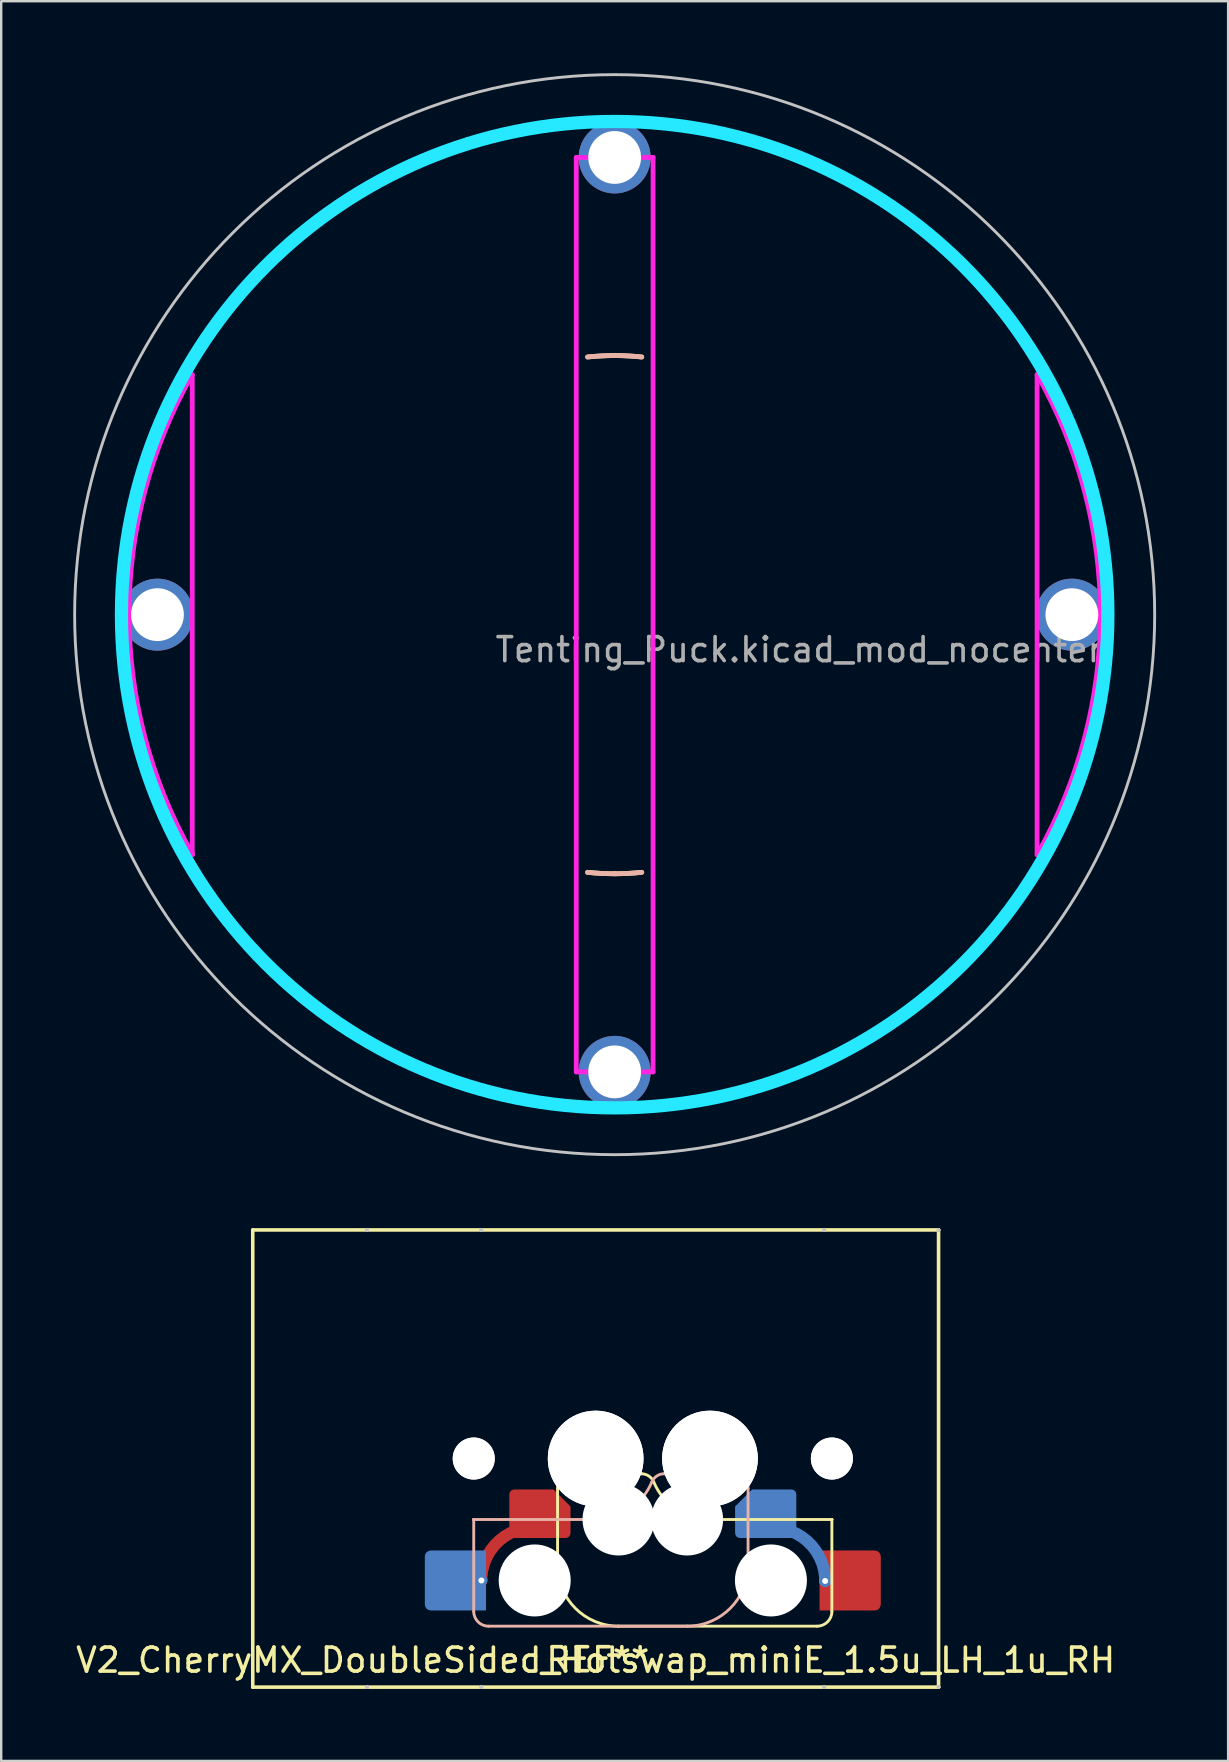
<source format=kicad_pcb>
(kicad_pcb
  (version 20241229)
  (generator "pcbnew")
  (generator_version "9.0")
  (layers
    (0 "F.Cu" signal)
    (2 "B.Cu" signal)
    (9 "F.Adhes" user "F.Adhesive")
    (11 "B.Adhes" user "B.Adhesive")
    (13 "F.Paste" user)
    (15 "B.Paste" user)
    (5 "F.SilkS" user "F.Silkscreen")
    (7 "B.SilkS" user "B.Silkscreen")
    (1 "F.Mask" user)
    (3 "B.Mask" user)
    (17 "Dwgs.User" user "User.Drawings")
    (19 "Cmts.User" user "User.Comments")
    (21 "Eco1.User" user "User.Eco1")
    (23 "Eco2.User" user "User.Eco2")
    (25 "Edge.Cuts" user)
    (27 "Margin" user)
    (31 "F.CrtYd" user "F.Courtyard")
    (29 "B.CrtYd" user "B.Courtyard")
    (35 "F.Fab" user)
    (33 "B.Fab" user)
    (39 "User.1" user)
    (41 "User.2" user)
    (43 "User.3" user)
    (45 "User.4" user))
  (footprint "Tenting_Puck.kicad_mod_nocenter"
    (layer "F.Cu")
    (at 22.56 22.56)
    (property "Reference" "Tenting_Puck.kicad_mod_nocenter" (at 7.684 1.46 0) (layer "F.Fab") (effects (font (size 1 1) (thickness 0.15))))
    (attr through_hole)
    (fp_arc (start -20.32 -2.8575) (mid -19.91151 -4.959786) (end -19.286134 -7.008048) (stroke (width 0.2) (type solid)) (layer "F.SilkS"))
    (fp_arc (start -19.286134 7.008047) (mid -19.91151 4.959786) (end -20.32 2.8575) (stroke (width 0.2) (type solid)) (layer "F.SilkS"))
    (fp_arc (start -7.008048 -19.286134) (mid -4.959786 -19.91151) (end -2.8575 -20.32) (stroke (width 0.2) (type solid)) (layer "F.SilkS"))
    (fp_arc (start -2.8575 20.32) (mid -4.959785 19.91151) (end -7.008046 19.286135) (stroke (width 0.2) (type solid)) (layer "F.SilkS"))
    (fp_arc (start -1.128385 -10.735864) (mid -0.564967 -10.780206) (end 0 -10.795) (stroke (width 0.2) (type solid)) (layer "F.SilkS"))
    (fp_arc (start 0 -10.795) (mid 0.564967 -10.780206) (end 1.128385 -10.735864) (stroke (width 0.2) (type solid)) (layer "F.SilkS"))
    (fp_arc (start 0 10.795) (mid -0.564967 10.780206) (end -1.128385 10.735864) (stroke (width 0.2) (type solid)) (layer "F.SilkS"))
    (fp_arc (start 1.128385 10.735864) (mid 0.564967 10.780206) (end 0 10.795) (stroke (width 0.2) (type solid)) (layer "F.SilkS"))
    (fp_arc (start 2.8575 -20.32) (mid 4.959786 -19.91151) (end 7.008047 -19.286134) (stroke (width 0.2) (type solid)) (layer "F.SilkS"))
    (fp_arc (start 7.008047 19.286134) (mid 4.959786 19.91151) (end 2.8575 20.32) (stroke (width 0.2) (type solid)) (layer "F.SilkS"))
    (fp_arc (start 19.286135 -7.008045) (mid 19.91151 -4.959785) (end 20.32 -2.8575) (stroke (width 0.2) (type solid)) (layer "F.SilkS"))
    (fp_arc (start 20.32 2.8575) (mid 19.91151 4.959785) (end 19.286135 7.008046) (stroke (width 0.2) (type solid)) (layer "F.SilkS"))
    (fp_arc (start -20.32 -2.8575) (mid -19.91151 -4.959784) (end -19.286136 -7.008044) (stroke (width 0.2) (type solid)) (layer "B.SilkS"))
    (fp_arc (start -19.286135 7.008046) (mid -19.91151 4.959785) (end -20.32 2.8575) (stroke (width 0.2) (type solid)) (layer "B.SilkS"))
    (fp_arc (start -7.008046 -19.286135) (mid -4.959785 -19.91151) (end -2.8575 -20.32) (stroke (width 0.2) (type solid)) (layer "B.SilkS"))
    (fp_arc (start -2.8575 20.32) (mid -4.959785 19.91151) (end -7.008045 19.286135) (stroke (width 0.2) (type solid)) (layer "B.SilkS"))
    (fp_arc (start -1.128385 -10.735864) (mid -0.564967 -10.780206) (end 0 -10.795) (stroke (width 0.2) (type solid)) (layer "B.SilkS"))
    (fp_arc (start 0 -10.795) (mid 0.564967 -10.780206) (end 1.128385 -10.735864) (stroke (width 0.2) (type solid)) (layer "B.SilkS"))
    (fp_arc (start 0 10.795) (mid -0.564967 10.780206) (end -1.128385 10.735864) (stroke (width 0.2) (type solid)) (layer "B.SilkS"))
    (fp_arc (start 1.128385 10.735864) (mid 0.564967 10.780206) (end 0 10.795) (stroke (width 0.2) (type solid)) (layer "B.SilkS"))
    (fp_arc (start 2.8575 -20.32) (mid 4.959787 -19.91151) (end 7.008049 -19.286134) (stroke (width 0.2) (type solid)) (layer "B.SilkS"))
    (fp_arc (start 7.008045 19.286135) (mid 4.959785 19.91151) (end 2.8575 20.32) (stroke (width 0.2) (type solid)) (layer "B.SilkS"))
    (fp_arc (start 19.286134 -7.008048) (mid 19.91151 -4.959786) (end 20.32 -2.8575) (stroke (width 0.2) (type solid)) (layer "B.SilkS"))
    (fp_arc (start 20.32 2.8575) (mid 19.91151 4.959786) (end 19.286134 7.008048) (stroke (width 0.2) (type solid)) (layer "B.SilkS"))
    (fp_circle (center 0 0) (end 22.5 0) (stroke (width 0.12) (type default)) (fill no) (layer "Dwgs.User"))
    (fp_circle (center 0 0) (end 20.55 0) (stroke (width 0.55) (type solid)) (fill no) (layer "B.CrtYd"))
    (fp_line (start -17.6 10) (end -17.6 -10) (stroke (width 0.2) (type solid)) (layer "F.CrtYd"))
    (fp_line (start -1.6 -19.05) (end 1.6 -19.05) (stroke (width 0.2) (type default)) (layer "F.CrtYd"))
    (fp_line (start -1.6 19.05) (end -1.6 -19.05) (stroke (width 0.2) (type solid)) (layer "F.CrtYd"))
    (fp_line (start -1.6 19.05) (end 1.6 19.05) (stroke (width 0.2) (type default)) (layer "F.CrtYd"))
    (fp_line (start 1.6 19.05) (end 1.6 -19.05) (stroke (width 0.2) (type solid)) (layer "F.CrtYd"))
    (fp_line (start 17.6 10) (end 17.6 -10) (stroke (width 0.2) (type solid)) (layer "F.CrtYd"))
    (fp_arc (start -17.582827 9.990223) (mid -20.232648 -0.00262) (end -17.599999 -10) (stroke (width 0.2) (type default)) (layer "F.CrtYd"))
    (fp_arc (start 17.599999 -10) (mid 20.238618 0) (end 17.599999 10) (stroke (width 0.2) (type default)) (layer "F.CrtYd"))
    (fp_circle (center 0 0) (end 20.55 0) (stroke (width 0.1) (type solid)) (fill no) (layer "User.9"))
    (pad "1" thru_hole circle (at -19.05 0) (size 3 3) (drill 2.2) (layers "*.Cu" "*.Mask"))
    (pad "1" thru_hole circle (at 0 -19.05) (size 3 3) (drill 2.2) (layers "*.Cu" "*.Mask"))
    (pad "1" thru_hole circle (at 0 19.05) (size 3 3) (drill 2.2) (layers "*.Cu" "*.Mask"))
    (pad "1" thru_hole circle (at 19.05 0) (size 3 3) (drill 2.2) (layers "*.Cu" "*.Mask")))
  (footprint "V2_CherryMX_DoubleSided_Hotswap_miniE_1.5u_LH_1u_RH"
    (layer "F.Cu")
    (at 21.768 57.72)
    (property "Reference" "V2_CherryMX_DoubleSided_Hotswap_miniE_1.5u_LH_1u_RH" (at 0 8.4 0) (layer "F.SilkS") (effects (font (size 1 1) (thickness 0.15))))
    (attr through_hole)
    (fp_line (start -14.287 -9.525) (end -14.287 9.525) (stroke (width 0.15) (type solid)) (layer "F.SilkS"))
    (fp_line (start -14.287 9.525) (end 14.287 9.525) (stroke (width 0.15) (type solid)) (layer "F.SilkS"))
    (fp_line (start -1.587 4.445) (end -1.587 1.26) (stroke (width 0.12) (type solid)) (layer "F.SilkS"))
    (fp_line (start -1.587 4.445) (end -1.587 4.445) (stroke (width 0.12) (type solid)) (layer "F.SilkS"))
    (fp_line (start -0.968 0.635) (end 1.923 0.635) (stroke (width 0.12) (type solid)) (layer "F.SilkS"))
    (fp_line (start 0.953 6.985) (end 0.953 6.985) (stroke (width 0.12) (type solid)) (layer "F.SilkS"))
    (fp_line (start 0.953 6.985) (end 9.223 6.985) (stroke (width 0.12) (type solid)) (layer "F.SilkS"))
    (fp_line (start 4.763 2.54) (end 4.763 2.54) (stroke (width 0.12) (type solid)) (layer "F.SilkS"))
    (fp_line (start 4.763 2.54) (end 9.842 2.54) (stroke (width 0.12) (type solid)) (layer "F.SilkS"))
    (fp_line (start 9.842 2.54) (end 9.842 2.54) (stroke (width 0.12) (type solid)) (layer "F.SilkS"))
    (fp_line (start 9.842 2.54) (end 9.842 2.54) (stroke (width 0.12) (type solid)) (layer "F.SilkS"))
    (fp_line (start 9.842 6.37) (end 9.842 2.54) (stroke (width 0.12) (type solid)) (layer "F.SilkS"))
    (fp_line (start 14.287 -9.525) (end -14.287 -9.525) (stroke (width 0.15) (type solid)) (layer "F.SilkS"))
    (fp_line (start 14.287 9.525) (end 14.287 -9.525) (stroke (width 0.15) (type solid)) (layer "F.SilkS"))
    (fp_arc (start -1.5875 1.25) (mid -1.407371 0.815129) (end -0.9725 0.635) (stroke (width 0.12) (type default)) (layer "F.SilkS"))
    (fp_arc (start 0.9525 6.985) (mid -0.843551 6.241051) (end -1.5875 4.445) (stroke (width 0.12) (type solid)) (layer "F.SilkS"))
    (fp_arc (start 1.922428 0.635) (mid 2.223364 0.734324) (end 2.4225 0.980845) (stroke (width 0.12) (type default)) (layer "F.SilkS"))
    (fp_arc (start 4.7625 2.54) (mid 3.357187 2.115202) (end 2.4225 0.983072) (stroke (width 0.12) (type solid)) (layer "F.SilkS"))
    (fp_arc (start 9.842629 6.37) (mid 9.6625 6.80487) (end 9.227629 6.985) (stroke (width 0.12) (type default)) (layer "F.SilkS"))
    (fp_line (start -5.08 2.54) (end -5.08 2.54) (stroke (width 0.12) (type solid)) (layer "B.SilkS"))
    (fp_line (start -5.08 2.54) (end -5.08 2.54) (stroke (width 0.12) (type solid)) (layer "B.SilkS"))
    (fp_line (start -5.08 6.36) (end -5.08 2.54) (stroke (width 0.12) (type solid)) (layer "B.SilkS"))
    (fp_line (start -4.46 6.985) (end 3.81 6.985) (stroke (width 0.12) (type solid)) (layer "B.SilkS"))
    (fp_line (start 0 2.54) (end -5.08 2.54) (stroke (width 0.12) (type solid)) (layer "B.SilkS"))
    (fp_line (start 0 2.54) (end 0 2.54) (stroke (width 0.12) (type solid)) (layer "B.SilkS"))
    (fp_line (start 2.86 0.635) (end 5.72 0.635) (stroke (width 0.12) (type solid)) (layer "B.SilkS"))
    (fp_line (start 3.81 6.985) (end 3.81 6.985) (stroke (width 0.12) (type solid)) (layer "B.SilkS"))
    (fp_line (start 6.35 1.25) (end 6.35 4.445) (stroke (width 0.12) (type solid)) (layer "B.SilkS"))
    (fp_line (start 6.35 4.445) (end 6.35 4.445) (stroke (width 0.12) (type solid)) (layer "B.SilkS"))
    (fp_arc (start -4.465 6.985) (mid -4.899871 6.804871) (end -5.08 6.37) (stroke (width 0.12) (type default)) (layer "B.SilkS"))
    (fp_arc (start 2.34 0.98) (mid 1.405313 2.11213) (end 0 2.536928) (stroke (width 0.12) (type solid)) (layer "B.SilkS"))
    (fp_arc (start 2.34 0.98) (mid 2.547381 0.727883) (end 2.859999 0.633863) (stroke (width 0.12) (type default)) (layer "B.SilkS"))
    (fp_arc (start 5.735129 0.635) (mid 6.169985 0.815144) (end 6.350129 1.25) (stroke (width 0.12) (type default)) (layer "B.SilkS"))
    (fp_arc (start 6.35 4.445) (mid 5.606051 6.241051) (end 3.81 6.985) (stroke (width 0.12) (type solid)) (layer "B.SilkS"))
    (fp_line (start -9.525 -9.525) (end -9.525 -9.525) (stroke (width 0.15) (type solid)) (layer "Dwgs.User"))
    (fp_line (start -9.525 -9.525) (end -9.525 -9.525) (stroke (width 0.15) (type solid)) (layer "Dwgs.User"))
    (fp_line (start -9.525 -9.525) (end -9.525 -9.525) (stroke (width 0.15) (type solid)) (layer "Dwgs.User"))
    (fp_line (start -9.525 -9.525) (end -9.525 -9.525) (stroke (width 0.15) (type solid)) (layer "Dwgs.User"))
    (fp_line (start -9.525 9.525) (end -9.525 9.525) (stroke (width 0.15) (type solid)) (layer "Dwgs.User"))
    (fp_line (start -9.525 9.525) (end -9.525 9.525) (stroke (width 0.15) (type solid)) (layer "Dwgs.User"))
    (fp_line (start -9.525 9.525) (end -9.525 9.525) (stroke (width 0.15) (type solid)) (layer "Dwgs.User"))
    (fp_line (start -9.525 9.525) (end -9.525 9.525) (stroke (width 0.15) (type solid)) (layer "Dwgs.User"))
    (fp_line (start -4.763 -9.525) (end -4.763 -9.525) (stroke (width 0.15) (type solid)) (layer "Dwgs.User"))
    (fp_line (start -4.763 -9.525) (end -4.763 -9.525) (stroke (width 0.15) (type solid)) (layer "Dwgs.User"))
    (fp_line (start -4.763 -9.525) (end -4.763 -9.525) (stroke (width 0.15) (type solid)) (layer "Dwgs.User"))
    (fp_line (start -4.763 -9.525) (end -4.763 -9.525) (stroke (width 0.15) (type solid)) (layer "Dwgs.User"))
    (fp_line (start -4.763 9.525) (end -4.763 9.525) (stroke (width 0.15) (type solid)) (layer "Dwgs.User"))
    (fp_line (start -4.763 9.525) (end -4.763 9.525) (stroke (width 0.15) (type solid)) (layer "Dwgs.User"))
    (fp_line (start -4.763 9.525) (end -4.763 9.525) (stroke (width 0.15) (type solid)) (layer "Dwgs.User"))
    (fp_line (start -4.763 9.525) (end -4.763 9.525) (stroke (width 0.15) (type solid)) (layer "Dwgs.User"))
    (fp_line (start 9.525 -9.525) (end 9.525 -9.525) (stroke (width 0.15) (type solid)) (layer "Dwgs.User"))
    (fp_line (start 9.525 -9.525) (end 9.525 -9.525) (stroke (width 0.15) (type solid)) (layer "Dwgs.User"))
    (fp_line (start 9.525 -9.525) (end 9.525 -9.525) (stroke (width 0.15) (type solid)) (layer "Dwgs.User"))
    (fp_line (start 9.525 -9.525) (end 9.525 -9.525) (stroke (width 0.15) (type solid)) (layer "Dwgs.User"))
    (fp_line (start 9.525 9.525) (end 9.525 9.525) (stroke (width 0.15) (type solid)) (layer "Dwgs.User"))
    (fp_line (start 9.525 9.525) (end 9.525 9.525) (stroke (width 0.15) (type solid)) (layer "Dwgs.User"))
    (fp_line (start 9.525 9.525) (end 9.525 9.525) (stroke (width 0.15) (type solid)) (layer "Dwgs.User"))
    (fp_line (start 9.525 9.525) (end 9.525 9.525) (stroke (width 0.15) (type solid)) (layer "Dwgs.User"))
    (fp_line (start 14.287 -9.525) (end 14.287 -9.525) (stroke (width 0.15) (type solid)) (layer "Dwgs.User"))
    (fp_line (start 14.287 -9.525) (end 14.287 -9.525) (stroke (width 0.15) (type solid)) (layer "Dwgs.User"))
    (fp_line (start 14.287 -9.525) (end 14.287 -9.525) (stroke (width 0.15) (type solid)) (layer "Dwgs.User"))
    (fp_line (start 14.287 -9.525) (end 14.287 -9.525) (stroke (width 0.15) (type solid)) (layer "Dwgs.User"))
    (fp_line (start 14.287 9.525) (end 14.287 9.525) (stroke (width 0.15) (type solid)) (layer "Dwgs.User"))
    (fp_line (start 14.287 9.525) (end 14.287 9.525) (stroke (width 0.15) (type solid)) (layer "Dwgs.User"))
    (fp_line (start 14.287 9.525) (end 14.287 9.525) (stroke (width 0.15) (type solid)) (layer "Dwgs.User"))
    (fp_line (start 14.287 9.525) (end 14.287 9.525) (stroke (width 0.15) (type solid)) (layer "Dwgs.User"))
    (fp_line (start -9.525 9.525) (end -9.525 -9.525) (stroke (width 0.15) (type solid)) (layer "User.2"))
    (fp_line (start -4.763 9.525) (end -4.763 -9.525) (stroke (width 0.15) (type solid)) (layer "User.2"))
    (fp_line (start 9.525 -9.525) (end -9.525 -9.525) (stroke (width 0.15) (type solid)) (layer "User.2"))
    (fp_line (start 9.525 9.525) (end -9.525 9.525) (stroke (width 0.15) (type solid)) (layer "User.2"))
    (fp_line (start 9.525 9.525) (end 9.525 -9.525) (stroke (width 0.15) (type solid)) (layer "User.2"))
    (fp_line (start 14.287 -9.525) (end -4.763 -9.525) (stroke (width 0.15) (type solid)) (layer "User.2"))
    (fp_line (start 14.287 9.525) (end -4.763 9.525) (stroke (width 0.15) (type solid)) (layer "User.2"))
    (fp_line (start 14.287 9.525) (end 14.287 -9.525) (stroke (width 0.15) (type solid)) (layer "User.2"))
    (fp_text user "REF**" (at -2.15 8.97 0) (unlocked yes) (layer "F.SilkS") (effects (font (size 1 1) (thickness 0.15)) (justify left bottom)))
    (pad "" np_thru_hole circle (at -5.08 0 180) (size 1.75 1.75) (drill 1.75) (layers "*.Cu" "*.Mask"))
    (pad "" np_thru_hole circle (at -5.08 0 180) (size 1.75 1.75) (drill 1.75) (layers "*.Cu" "*.Mask"))
    (pad "" np_thru_hole circle (at -2.54 5.08 180) (size 3 3) (drill 3) (layers "*.Cu" "*.Mask"))
    (pad "" np_thru_hole circle (at -0.318 0 180) (size 1.75 1.75) (drill 1.75) (layers "*.Cu" "*.Mask"))
    (pad "" np_thru_hole circle (at -0.318 0 180) (size 1.75 1.75) (drill 1.75) (layers "*.Cu" "*.Mask"))
    (pad "" np_thru_hole circle (at 0 0 180) (size 3.988 3.988) (drill 3.988) (layers "*.Cu" "*.Mask"))
    (pad "" np_thru_hole circle (at 0 0 180) (size 3.988 3.988) (drill 3.988) (layers "*.Cu" "*.Mask"))
    (pad "" np_thru_hole circle (at 0.953 2.54 180) (size 3 3) (drill 3) (layers "*.Cu" "*.Mask"))
    (pad "" np_thru_hole circle (at 3.81 2.54 180) (size 3 3) (drill 3) (layers "*.Cu" "*.Mask"))
    (pad "" np_thru_hole circle (at 4.763 0 180) (size 3.988 3.988) (drill 3.988) (layers "*.Cu" "*.Mask"))
    (pad "" np_thru_hole circle (at 4.763 0 180) (size 3.988 3.988) (drill 3.988) (layers "*.Cu" "*.Mask"))
    (pad "" np_thru_hole circle (at 5.08 0 180) (size 1.75 1.75) (drill 1.75) (layers "*.Cu" "*.Mask"))
    (pad "" np_thru_hole circle (at 5.08 0 180) (size 1.75 1.75) (drill 1.75) (layers "*.Cu" "*.Mask"))
    (pad "" np_thru_hole circle (at 7.303 5.08 180) (size 3 3) (drill 3) (layers "*.Cu" "*.Mask"))
    (pad "" np_thru_hole circle (at 9.842 0 180) (size 1.75 1.75) (drill 1.75) (layers "*.Cu" "*.Mask"))
    (pad "" np_thru_hole circle (at 9.842 0 180) (size 1.75 1.75) (drill 1.75) (layers "*.Cu" "*.Mask"))
    (pad "5" smd roundrect (at -5.842 5.08 180) (size 2.55 2.5) (layers "B.Cu" "B.Mask" "B.Paste") (roundrect_rratio 0.1) (chamfer_ratio 0) (chamfer top_left bottom_left))
    (pad "5" thru_hole circle (at -4.761 5.08 180) (size 0.5 0.5) (drill 0.25) (layers "*.Cu" "*.Mask"))
    (pad "5" smd custom (at -2.322 2.3 180) (size 2.02 2.02) (layers "F.Cu" "F.Mask" "F.Paste") (options (anchor circle)) (primitives (gr_poly (pts (xy -1.275 -0.808) (xy -1.26 -0.885) (xy -1.216 -0.951) (xy -1.15 -0.995) (xy -1.073 -1.01) (xy 1.073 -1.01) (xy 1.15 -0.995) (xy 1.216 -0.951) (xy 1.26 -0.885) (xy 1.275 -0.808) (xy 1.275 0.808) (xy 1.26 0.885) (xy 1.216 0.951) (xy 1.15 0.995) (xy 1.073 1.01) (xy -0.568 1.01) (xy -1.275 0.303)) (width 0) (fill yes)) (gr_arc (start 2.438603 -2.78) (mid 1.788057 -1.209443) (end 0.2175 -0.558897) (width 0.5))))
    (pad "6" smd custom (at 7.085 2.3 180) (size 2.02 2.02) (layers "B.Cu" "B.Mask" "B.Paste") (options (anchor circle)) (primitives (gr_poly (pts (xy -1.275 -0.808) (xy -1.26 -0.885) (xy -1.216 -0.951) (xy -1.15 -0.995) (xy -1.073 -1.01) (xy 1.073 -1.01) (xy 1.15 -0.995) (xy 1.216 -0.951) (xy 1.26 -0.885) (xy 1.275 -0.808) (xy 1.275 0.303) (xy 0.568 1.01) (xy -1.073 1.01) (xy -1.15 0.995) (xy -1.216 0.951) (xy -1.26 0.885) (xy -1.275 0.808)) (width 0) (fill yes)) (gr_arc (start -0.254443 -0.579454) (mid -1.825 -1.23) (end -2.475546 -2.800557) (width 0.5))))
    (pad "6" thru_hole circle (at 9.561 5.101 180) (size 0.5 0.5) (drill 0.25) (layers "*.Cu" "*.Mask"))
    (pad "6" smd roundrect (at 10.604 5.08 180) (size 2.55 2.5) (layers "F.Cu" "F.Mask" "F.Paste") (roundrect_rratio 0.1) (chamfer_ratio 0) (chamfer top_right bottom_right)))
  (gr_rect
    (start -3 -3)
    (end 48.12 70.32)
    (stroke (width 0.1) (type default))
    (fill no)
    (layer "Edge.Cuts")))
</source>
